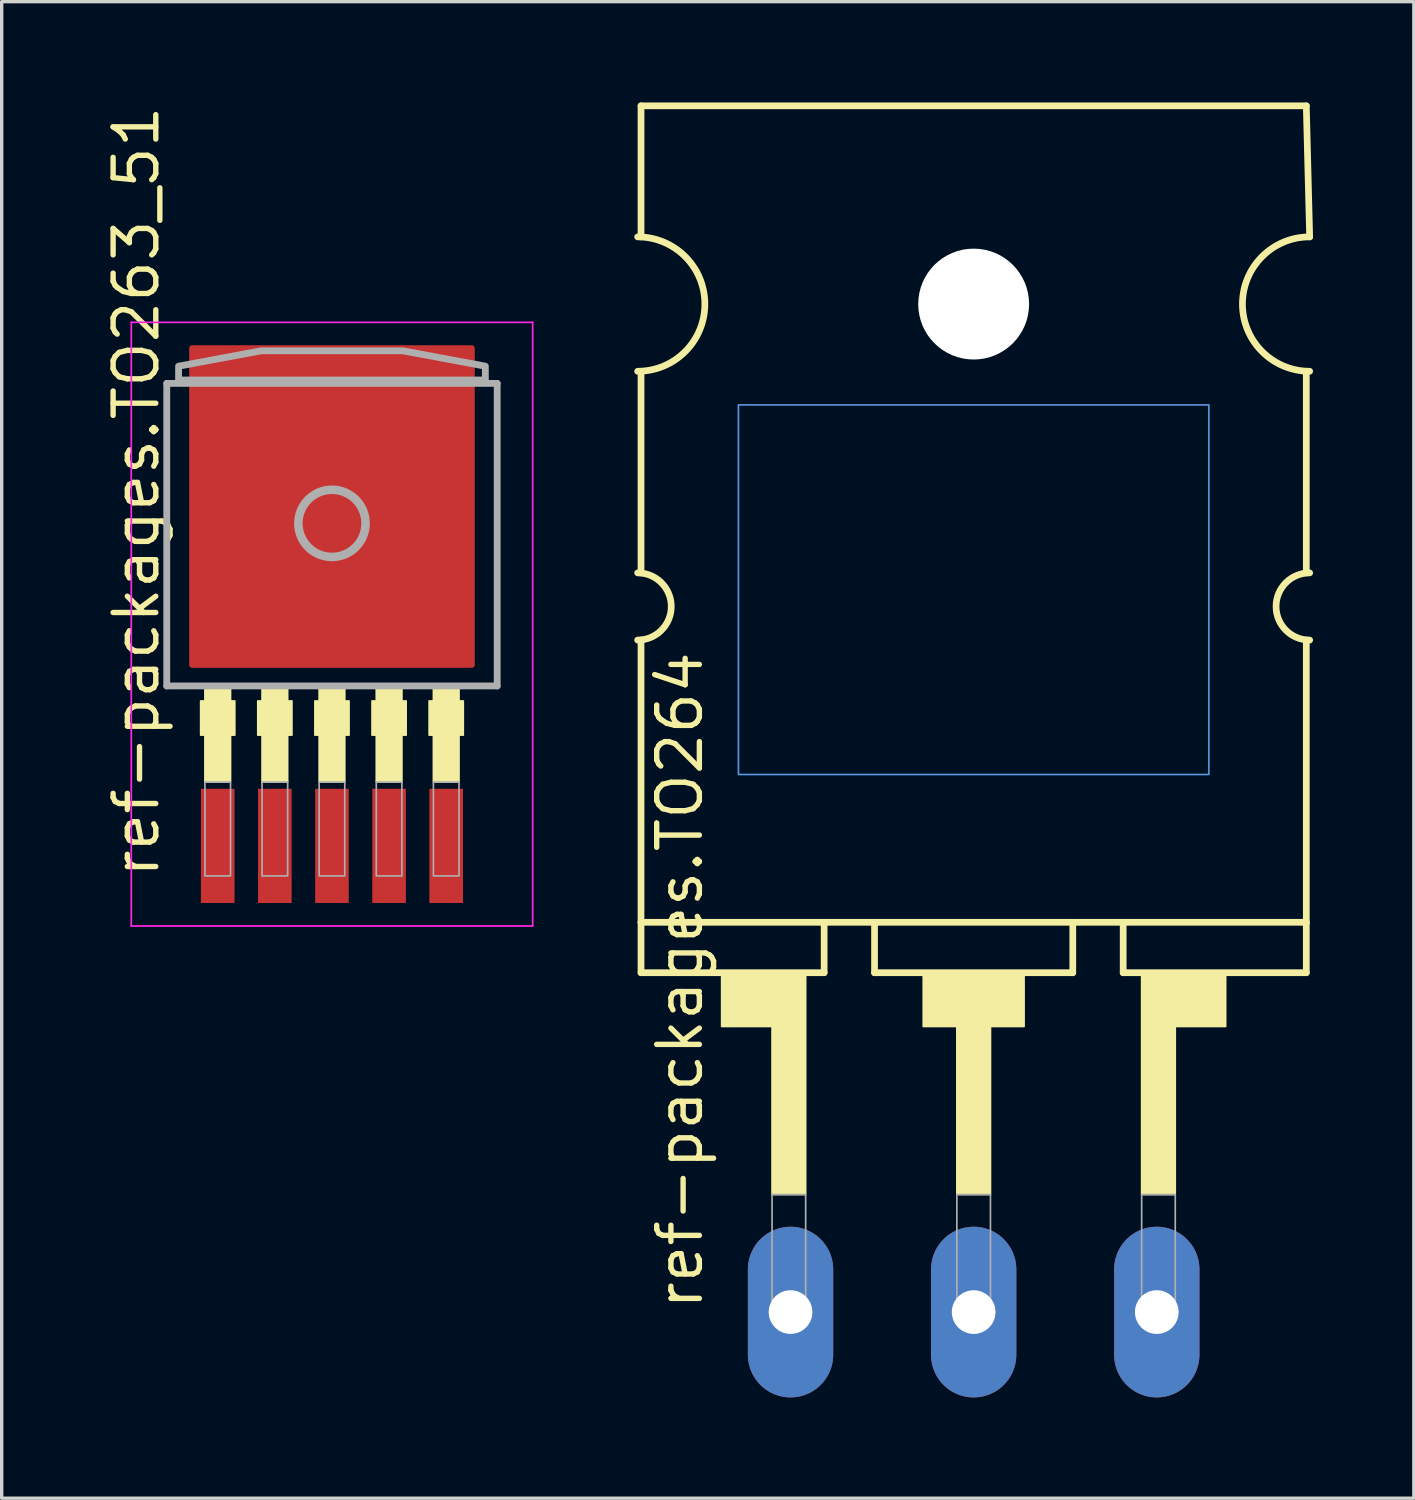
<source format=kicad_pcb>
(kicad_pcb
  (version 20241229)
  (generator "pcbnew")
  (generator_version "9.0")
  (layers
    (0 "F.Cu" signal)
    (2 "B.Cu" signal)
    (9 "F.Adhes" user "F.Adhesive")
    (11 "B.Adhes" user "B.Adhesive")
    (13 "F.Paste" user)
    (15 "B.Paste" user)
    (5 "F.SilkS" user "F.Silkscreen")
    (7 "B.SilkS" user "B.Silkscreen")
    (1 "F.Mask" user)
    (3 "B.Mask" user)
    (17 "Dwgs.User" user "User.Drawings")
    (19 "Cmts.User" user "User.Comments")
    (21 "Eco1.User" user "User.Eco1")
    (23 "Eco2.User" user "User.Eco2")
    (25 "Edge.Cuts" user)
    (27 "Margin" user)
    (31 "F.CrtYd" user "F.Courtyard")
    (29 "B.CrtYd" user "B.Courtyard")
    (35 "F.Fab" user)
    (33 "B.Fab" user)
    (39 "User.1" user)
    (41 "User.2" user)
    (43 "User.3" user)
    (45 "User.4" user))
  (footprint "ref-packages.TO263_51"
    (layer "F.Cu")
    (at 6.83 15.526)
    (property "Reference" "ref-packages.TO263_51" (at -5.08 7.62 90) (layer "F.SilkS") (effects (font (size 1.27 1.27) (thickness 0.16)) (justify left bottom)))
    (attr smd)
    (fp_rect (start -3.908 3.302) (end -2.892 2.286) (stroke (width 0.05) (type default)) (fill yes) (layer "F.SilkS"))
    (fp_rect (start -3.781 4.699) (end -3.019 1.905) (stroke (width 0.05) (type default)) (fill yes) (layer "F.SilkS"))
    (fp_rect (start -2.208 3.302) (end -1.192 2.286) (stroke (width 0.05) (type default)) (fill yes) (layer "F.SilkS"))
    (fp_rect (start -2.081 4.699) (end -1.319 1.905) (stroke (width 0.05) (type default)) (fill yes) (layer "F.SilkS"))
    (fp_rect (start -0.508 3.302) (end 0.508 2.286) (stroke (width 0.05) (type default)) (fill yes) (layer "F.SilkS"))
    (fp_rect (start -0.381 4.699) (end 0.381 1.905) (stroke (width 0.05) (type default)) (fill yes) (layer "F.SilkS"))
    (fp_rect (start 1.192 3.302) (end 2.208 2.286) (stroke (width 0.05) (type default)) (fill yes) (layer "F.SilkS"))
    (fp_rect (start 1.319 4.699) (end 2.081 1.905) (stroke (width 0.05) (type default)) (fill yes) (layer "F.SilkS"))
    (fp_rect (start 2.892 3.302) (end 3.908 2.286) (stroke (width 0.05) (type default)) (fill yes) (layer "F.SilkS"))
    (fp_rect (start 3.019 4.699) (end 3.781 1.905) (stroke (width 0.05) (type default)) (fill yes) (layer "F.SilkS"))
    (fp_line (start -5.973 -8.983) (end 5.973 -8.983) (stroke (width 0.051) (type default)) (layer "F.CrtYd"))
    (fp_line (start -5.973 8.983) (end -5.973 -8.983) (stroke (width 0.051) (type default)) (layer "F.CrtYd"))
    (fp_line (start 5.973 -8.983) (end 5.973 8.983) (stroke (width 0.051) (type default)) (layer "F.CrtYd"))
    (fp_line (start 5.973 8.983) (end -5.973 8.983) (stroke (width 0.051) (type default)) (layer "F.CrtYd"))
    (fp_line (start -4.917 -7.165) (end 4.917 -7.165) (stroke (width 0.203) (type default)) (layer "F.Fab"))
    (fp_line (start -4.917 1.839) (end -4.917 -7.165) (stroke (width 0.203) (type default)) (layer "F.Fab"))
    (fp_line (start 4.917 -7.165) (end 4.917 1.839) (stroke (width 0.203) (type default)) (layer "F.Fab"))
    (fp_line (start 4.917 1.839) (end -4.917 1.839) (stroke (width 0.203) (type default)) (layer "F.Fab"))
    (fp_rect (start -3.781 7.493) (end -3.019 4.699) (stroke (width 0.05) (type default)) (fill no) (layer "F.Fab"))
    (fp_rect (start -2.081 7.493) (end -1.319 4.699) (stroke (width 0.05) (type default)) (fill no) (layer "F.Fab"))
    (fp_rect (start -0.381 7.493) (end 0.381 4.699) (stroke (width 0.05) (type default)) (fill no) (layer "F.Fab"))
    (fp_rect (start 1.319 7.493) (end 2.081 4.699) (stroke (width 0.05) (type default)) (fill no) (layer "F.Fab"))
    (fp_rect (start 3.019 7.493) (end 3.781 4.699) (stroke (width 0.05) (type default)) (fill no) (layer "F.Fab"))
    (fp_circle (center 0 -3) (end 1 -3) (stroke (width 0.254) (type default)) (fill no) (layer "F.Fab"))
    (fp_poly (pts (xy -4.565 -7.267) (xy -4.565 -7.678) (xy -2.108 -8.135) (xy 2.108 -8.135) (xy 4.565 -7.678) (xy 4.565 -7.267)) (stroke (width 0.203) (type default)) (fill no) (layer "F.Fab"))
    (pad "1" smd roundrect (at -3.4 6.6) (size 1 3.4) (layers "F.Cu" "F.Mask" "F.Paste") (roundrect_rratio 0.01))
    (pad "2" smd roundrect (at -1.7 6.6) (size 1 3.4) (layers "F.Cu" "F.Mask" "F.Paste") (roundrect_rratio 0.01))
    (pad "3" smd roundrect (at 0 6.6) (size 1 3.4) (layers "F.Cu" "F.Mask" "F.Paste") (roundrect_rratio 0.01))
    (pad "4" smd roundrect (at 1.7 6.6) (size 1 3.4) (layers "F.Cu" "F.Mask" "F.Paste") (roundrect_rratio 0.01))
    (pad "5" smd roundrect (at 3.4 6.6) (size 1 3.4) (layers "F.Cu" "F.Mask" "F.Paste") (roundrect_rratio 0.01))
    (pad "6" smd roundrect (at 0 -3.5) (size 8.5 9.6) (layers "F.Cu" "F.Mask" "F.Paste") (roundrect_rratio 0.01)))
  (footprint "ref-packages.TO264"
    (layer "F.Cu")
    (at 25.928 6)
    (property "Reference" "ref-packages.TO264" (at -8 30 90) (layer "F.SilkS") (effects (font (size 1.27 1.27) (thickness 0.16)) (justify left bottom)))
    (attr through_hole)
    (fp_line (start -9.9 -5.9) (end -9.9 -2) (stroke (width 0.2) (type default)) (layer "F.SilkS"))
    (fp_line (start -9.9 2) (end -9.9 8) (stroke (width 0.2) (type default)) (layer "F.SilkS"))
    (fp_line (start -9.9 10) (end -9.9 18.4) (stroke (width 0.2) (type default)) (layer "F.SilkS"))
    (fp_line (start -9.9 18.4) (end -9.9 19.9) (stroke (width 0.2) (type default)) (layer "F.SilkS"))
    (fp_line (start -9.9 18.4) (end -4.45 18.4) (stroke (width 0.2) (type default)) (layer "F.SilkS"))
    (fp_line (start -9.9 19.9) (end -4.45 19.9) (stroke (width 0.2) (type default)) (layer "F.SilkS"))
    (fp_line (start -4.45 18.4) (end -2.95 18.4) (stroke (width 0.2) (type default)) (layer "F.SilkS"))
    (fp_line (start -4.45 19.9) (end -4.45 18.4) (stroke (width 0.2) (type default)) (layer "F.SilkS"))
    (fp_line (start -2.95 18.4) (end 2.95 18.4) (stroke (width 0.2) (type default)) (layer "F.SilkS"))
    (fp_line (start -2.95 19.9) (end -2.95 18.4) (stroke (width 0.2) (type default)) (layer "F.SilkS"))
    (fp_line (start -2.95 19.9) (end 2.95 19.9) (stroke (width 0.2) (type default)) (layer "F.SilkS"))
    (fp_line (start 2.95 18.4) (end 4.45 18.4) (stroke (width 0.2) (type default)) (layer "F.SilkS"))
    (fp_line (start 2.95 19.9) (end 2.95 18.4) (stroke (width 0.2) (type default)) (layer "F.SilkS"))
    (fp_line (start 4.45 18.4) (end 9.9 18.4) (stroke (width 0.2) (type default)) (layer "F.SilkS"))
    (fp_line (start 4.45 19.9) (end 4.45 18.4) (stroke (width 0.2) (type default)) (layer "F.SilkS"))
    (fp_line (start 4.45 19.9) (end 9.9 19.9) (stroke (width 0.2) (type default)) (layer "F.SilkS"))
    (fp_line (start 9.9 -5.9) (end -9.9 -5.9) (stroke (width 0.2) (type default)) (layer "F.SilkS"))
    (fp_line (start 9.9 8) (end 9.9 2) (stroke (width 0.2) (type default)) (layer "F.SilkS"))
    (fp_line (start 9.9 18.4) (end 9.9 10) (stroke (width 0.2) (type default)) (layer "F.SilkS"))
    (fp_line (start 9.9 19.9) (end 9.9 18.4) (stroke (width 0.2) (type default)) (layer "F.SilkS"))
    (fp_line (start 10 -2) (end 9.9 -5.9) (stroke (width 0.2) (type default)) (layer "F.SilkS"))
    (fp_rect (start -7.5 21.5) (end -6 20) (stroke (width 0.05) (type default)) (fill yes) (layer "F.SilkS"))
    (fp_rect (start -6 26.5) (end -5 20) (stroke (width 0.05) (type default)) (fill yes) (layer "F.SilkS"))
    (fp_rect (start -1.5 21.5) (end 1.5 20) (stroke (width 0.05) (type default)) (fill yes) (layer "F.SilkS"))
    (fp_rect (start -0.5 26.5) (end 0.5 20) (stroke (width 0.05) (type default)) (fill yes) (layer "F.SilkS"))
    (fp_rect (start 5 26.5) (end 6 20) (stroke (width 0.05) (type default)) (fill yes) (layer "F.SilkS"))
    (fp_rect (start 6 21.5) (end 7.5 20) (stroke (width 0.05) (type default)) (fill yes) (layer "F.SilkS"))
    (fp_arc (start -10 -2) (mid -8 0) (end -10 2) (stroke (width 0.2) (type default)) (layer "F.SilkS"))
    (fp_arc (start -10 8) (mid -9 9) (end -10 10) (stroke (width 0.2) (type default)) (layer "F.SilkS"))
    (fp_arc (start 10 2) (mid 8 0) (end 10 -2) (stroke (width 0.2) (type default)) (layer "F.SilkS"))
    (fp_arc (start 10 10) (mid 9 9) (end 10 8) (stroke (width 0.2) (type default)) (layer "F.SilkS"))
    (fp_rect (start -7 14) (end 7 3) (stroke (width 0.05) (type default)) (fill no) (layer "Cmts.User"))
    (fp_rect (start -6 30) (end -5 26.5) (stroke (width 0.05) (type default)) (fill no) (layer "F.Fab"))
    (fp_rect (start -0.5 30) (end 0.5 26.5) (stroke (width 0.05) (type default)) (fill no) (layer "F.Fab"))
    (fp_rect (start 5 30) (end 6 26.5) (stroke (width 0.05) (type default)) (fill no) (layer "F.Fab"))
    (pad "" np_thru_hole circle (at 0 0) (size 3.3 3.3) (drill 3.3) (layers "*.Cu" "*.Mask"))
    (pad "1" thru_hole oval (at -5.45 30 90) (size 5.08 2.54) (drill 1.3) (layers "*.Cu" "*.Mask"))
    (pad "2" thru_hole oval (at 0 30 90) (size 5.08 2.54) (drill 1.3) (layers "*.Cu" "*.Mask"))
    (pad "3" thru_hole oval (at 5.45 30 90) (size 5.08 2.54) (drill 1.3) (layers "*.Cu" "*.Mask")))
  (gr_rect
    (start -3 -3)
    (end 39.028 41.54)
    (stroke (width 0.1) (type default))
    (fill no)
    (layer "Edge.Cuts")))
</source>
